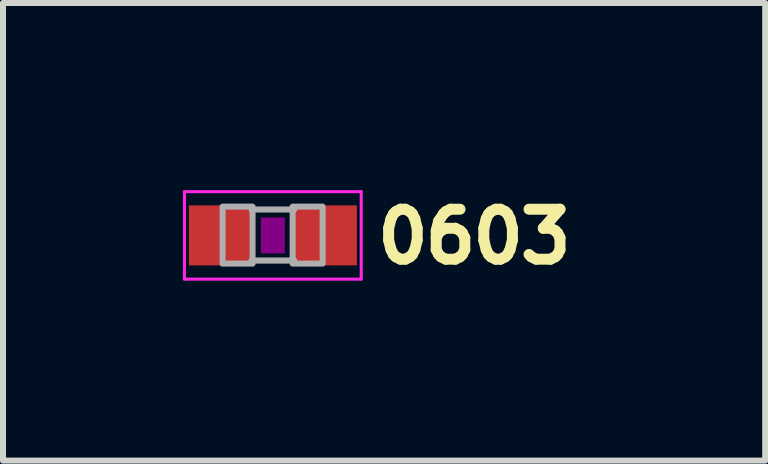
<source format=kicad_pcb>
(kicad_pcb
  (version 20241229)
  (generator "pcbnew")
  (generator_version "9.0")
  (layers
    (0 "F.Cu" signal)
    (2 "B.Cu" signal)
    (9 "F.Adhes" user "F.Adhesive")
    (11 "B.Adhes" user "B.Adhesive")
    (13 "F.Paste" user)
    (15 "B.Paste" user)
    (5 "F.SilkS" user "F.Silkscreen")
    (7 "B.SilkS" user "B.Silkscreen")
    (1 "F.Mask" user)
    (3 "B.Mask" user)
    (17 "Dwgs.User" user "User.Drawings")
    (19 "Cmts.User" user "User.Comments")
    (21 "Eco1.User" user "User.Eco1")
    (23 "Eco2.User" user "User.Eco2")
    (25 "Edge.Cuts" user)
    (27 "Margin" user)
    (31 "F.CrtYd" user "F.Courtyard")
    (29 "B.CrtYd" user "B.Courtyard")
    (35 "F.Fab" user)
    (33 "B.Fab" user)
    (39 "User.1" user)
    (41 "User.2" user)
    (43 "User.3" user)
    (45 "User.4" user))
  (footprint "0603"
    (layer "F.Cu")
    (at 1.498 0.874)
    (property "Reference" "0603" (at 1.651 0.508 0) (unlocked yes) (layer "F.SilkS") (effects (font (size 0.833 0.833) (thickness 0.183)) (justify left bottom)))
    (fp_poly (pts (xy -0.2 0.3) (xy 0.2 0.3) (xy 0.2 -0.3) (xy -0.2 -0.3)) (stroke (width 0) (type default)) (fill yes) (layer "F.Adhes"))
    (fp_line (start -1.473 -0.729) (end 1.473 -0.729) (stroke (width 0.051) (type solid)) (layer "F.CrtYd"))
    (fp_line (start -1.473 0.729) (end -1.473 -0.729) (stroke (width 0.051) (type solid)) (layer "F.CrtYd"))
    (fp_line (start 1.473 -0.729) (end 1.473 0.729) (stroke (width 0.051) (type solid)) (layer "F.CrtYd"))
    (fp_line (start 1.473 0.729) (end -1.473 0.729) (stroke (width 0.051) (type solid)) (layer "F.CrtYd"))
    (fp_line (start -0.356 -0.432) (end 0.356 -0.432) (stroke (width 0.102) (type solid)) (layer "F.Fab"))
    (fp_line (start -0.356 0.419) (end 0.356 0.419) (stroke (width 0.102) (type solid)) (layer "F.Fab"))
    (fp_poly (pts (xy -0.838 0.47) (xy -0.338 0.47) (xy -0.338 -0.48) (xy -0.838 -0.48)) (stroke (width 0.1) (type default)) (fill no) (layer "F.Fab"))
    (fp_poly (pts (xy 0.33 0.47) (xy 0.83 0.47) (xy 0.83 -0.48) (xy 0.33 -0.48)) (stroke (width 0.1) (type default)) (fill no) (layer "F.Fab"))
    (pad "1" smd rect (at -0.85 0) (size 1.1 1) (layers "F.Cu" "F.Mask" "F.Paste"))
    (pad "2" smd rect (at 0.85 0) (size 1.1 1) (layers "F.Cu" "F.Mask" "F.Paste")))
  (gr_rect
    (start -3 -3)
    (end 9.705 4.628)
    (stroke (width 0.1) (type default))
    (fill no)
    (layer "Edge.Cuts")))
</source>
